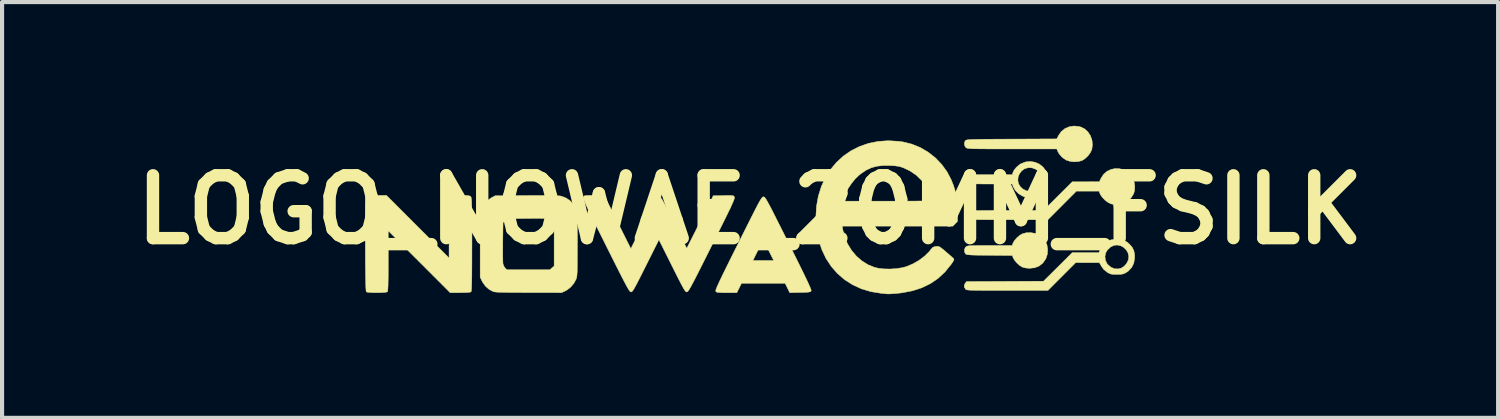
<source format=kicad_pcb>
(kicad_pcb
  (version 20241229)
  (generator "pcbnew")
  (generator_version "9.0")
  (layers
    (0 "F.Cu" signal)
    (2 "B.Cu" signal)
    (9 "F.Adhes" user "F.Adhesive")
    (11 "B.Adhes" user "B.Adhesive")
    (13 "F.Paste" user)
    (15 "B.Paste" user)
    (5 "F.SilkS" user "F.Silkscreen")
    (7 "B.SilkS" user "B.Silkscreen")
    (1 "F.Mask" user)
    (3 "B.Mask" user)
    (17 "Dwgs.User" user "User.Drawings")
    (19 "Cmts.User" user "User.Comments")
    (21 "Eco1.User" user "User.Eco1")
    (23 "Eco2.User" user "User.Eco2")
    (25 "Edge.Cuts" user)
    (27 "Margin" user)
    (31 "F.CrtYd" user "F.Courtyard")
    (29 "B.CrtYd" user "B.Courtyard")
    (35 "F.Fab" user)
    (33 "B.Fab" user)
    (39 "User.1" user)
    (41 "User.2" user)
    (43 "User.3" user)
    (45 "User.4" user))
  (footprint "LOGO_NOWAE_20MM_FSILK"
    (layer "F.Cu")
    (at 15.138 2.035)
    (property "Reference" "LOGO_NOWAE_20MM_FSILK" (at 0 0 0) (layer "F.SilkS") (effects (font (size 1.524 1.524) (thickness 0.3))))
    (attr through_hole)
    (fp_poly (pts (xy 6.915 0.574) (xy 7.015 0.613) (xy 7.089 0.664) (xy 7.156 0.749) (xy 7.199 0.852) (xy 7.217 0.965) (xy 7.209 1.078) (xy 7.174 1.184) (xy 7.168 1.196) (xy 7.097 1.296) (xy 7.007 1.367) (xy 6.9 1.408) (xy 6.775 1.421) (xy 6.681 1.413) (xy 6.603 1.392) (xy 6.597 1.389) (xy 6.536 1.351) (xy 6.472 1.294) (xy 6.417 1.23) (xy 6.381 1.17) (xy 6.377 1.161) (xy 6.36 1.111) (xy 5.807 1.106) (xy 5.653 1.104) (xy 5.529 1.103) (xy 5.433 1.101) (xy 5.36 1.098) (xy 5.307 1.094) (xy 5.27 1.09) (xy 5.247 1.084) (xy 5.232 1.077) (xy 5.225 1.071) (xy 5.2 1.024) (xy 5.198 0.967) (xy 5.219 0.915) (xy 5.235 0.899) (xy 5.248 0.89) (xy 5.266 0.883) (xy 5.292 0.877) (xy 5.33 0.873) (xy 5.384 0.87) (xy 5.458 0.869) (xy 5.555 0.867) (xy 5.68 0.867) (xy 5.815 0.867) (xy 6.356 0.867) (xy 6.376 0.81) (xy 6.412 0.747) (xy 6.468 0.682) (xy 6.536 0.624) (xy 6.597 0.587) (xy 6.695 0.559) (xy 6.804 0.556) (xy 6.915 0.574)) (stroke (width 0.01) (type solid)) (fill yes) (layer "F.SilkS"))
    (fp_poly (pts (xy 7.977 -2.018) (xy 8.013 -2.008) (xy 8.11 -1.962) (xy 8.19 -1.89) (xy 8.251 -1.798) (xy 8.29 -1.693) (xy 8.303 -1.58) (xy 8.288 -1.465) (xy 8.284 -1.453) (xy 8.251 -1.383) (xy 8.196 -1.309) (xy 8.129 -1.244) (xy 8.061 -1.198) (xy 8.054 -1.194) (xy 7.964 -1.168) (xy 7.86 -1.161) (xy 7.756 -1.173) (xy 7.666 -1.203) (xy 7.661 -1.205) (xy 7.567 -1.271) (xy 7.493 -1.357) (xy 7.461 -1.417) (xy 7.437 -1.474) (xy 6.356 -1.474) (xy 6.135 -1.474) (xy 5.946 -1.474) (xy 5.787 -1.474) (xy 5.654 -1.475) (xy 5.546 -1.476) (xy 5.459 -1.477) (xy 5.391 -1.479) (xy 5.34 -1.482) (xy 5.302 -1.485) (xy 5.275 -1.489) (xy 5.256 -1.494) (xy 5.244 -1.5) (xy 5.235 -1.506) (xy 5.204 -1.55) (xy 5.196 -1.607) (xy 5.211 -1.66) (xy 5.225 -1.678) (xy 5.233 -1.684) (xy 5.247 -1.689) (xy 5.267 -1.694) (xy 5.299 -1.698) (xy 5.342 -1.701) (xy 5.402 -1.703) (xy 5.479 -1.705) (xy 5.576 -1.707) (xy 5.697 -1.709) (xy 5.843 -1.71) (xy 6.018 -1.711) (xy 6.223 -1.712) (xy 6.346 -1.712) (xy 7.438 -1.717) (xy 7.481 -1.802) (xy 7.547 -1.896) (xy 7.635 -1.967) (xy 7.739 -2.012) (xy 7.855 -2.03) (xy 7.977 -2.018)) (stroke (width 0.01) (type solid)) (fill yes) (layer "F.SilkS"))
    (fp_poly (pts (xy 8.96 -0.994) (xy 9.062 -0.966) (xy 9.155 -0.913) (xy 9.234 -0.836) (xy 9.28 -0.764) (xy 9.314 -0.67) (xy 9.329 -0.565) (xy 9.323 -0.464) (xy 9.304 -0.393) (xy 9.244 -0.293) (xy 9.161 -0.213) (xy 9.06 -0.157) (xy 8.948 -0.127) (xy 8.829 -0.126) (xy 8.752 -0.142) (xy 8.683 -0.175) (xy 8.611 -0.228) (xy 8.546 -0.294) (xy 8.499 -0.36) (xy 8.489 -0.381) (xy 8.461 -0.451) (xy 7.914 -0.451) (xy 7.568 -0.104) (xy 7.222 0.243) (xy 6.24 0.243) (xy 6.031 0.243) (xy 5.854 0.243) (xy 5.706 0.242) (xy 5.584 0.242) (xy 5.486 0.24) (xy 5.409 0.239) (xy 5.35 0.237) (xy 5.307 0.234) (xy 5.276 0.23) (xy 5.255 0.226) (xy 5.242 0.22) (xy 5.233 0.214) (xy 5.227 0.208) (xy 5.202 0.161) (xy 5.197 0.107) (xy 5.211 0.059) (xy 5.228 0.041) (xy 5.241 0.036) (xy 5.265 0.031) (xy 5.304 0.027) (xy 5.36 0.024) (xy 5.436 0.022) (xy 5.533 0.02) (xy 5.655 0.019) (xy 5.804 0.018) (xy 5.983 0.017) (xy 6.188 0.017) (xy 7.116 0.017) (xy 7.464 -0.329) (xy 7.813 -0.676) (xy 8.47 -0.678) (xy 8.513 -0.768) (xy 8.575 -0.862) (xy 8.657 -0.932) (xy 8.752 -0.977) (xy 8.854 -0.998) (xy 8.96 -0.994)) (stroke (width 0.01) (type solid)) (fill yes) (layer "F.SilkS"))
    (fp_poly (pts (xy 6.909 -1.152) (xy 7.013 -1.107) (xy 7.102 -1.037) (xy 7.171 -0.944) (xy 7.191 -0.903) (xy 7.212 -0.819) (xy 7.217 -0.72) (xy 7.205 -0.622) (xy 7.184 -0.555) (xy 7.12 -0.45) (xy 7.034 -0.372) (xy 6.928 -0.322) (xy 6.802 -0.299) (xy 6.796 -0.299) (xy 6.721 -0.299) (xy 6.662 -0.309) (xy 6.601 -0.333) (xy 6.597 -0.335) (xy 6.505 -0.393) (xy 6.43 -0.47) (xy 6.38 -0.557) (xy 6.378 -0.562) (xy 6.356 -0.624) (xy 5.808 -0.624) (xy 5.648 -0.624) (xy 5.519 -0.625) (xy 5.419 -0.627) (xy 5.343 -0.63) (xy 5.289 -0.634) (xy 5.253 -0.639) (xy 5.232 -0.645) (xy 5.228 -0.648) (xy 5.202 -0.685) (xy 5.2 -0.706) (xy 6.493 -0.706) (xy 6.514 -0.623) (xy 6.558 -0.552) (xy 6.622 -0.496) (xy 6.7 -0.459) (xy 6.786 -0.446) (xy 6.876 -0.46) (xy 6.918 -0.477) (xy 6.984 -0.527) (xy 7.036 -0.599) (xy 7.068 -0.681) (xy 7.074 -0.731) (xy 7.058 -0.815) (xy 7.016 -0.896) (xy 6.954 -0.962) (xy 6.928 -0.98) (xy 6.837 -1.015) (xy 6.746 -1.019) (xy 6.66 -0.994) (xy 6.586 -0.942) (xy 6.529 -0.866) (xy 6.501 -0.797) (xy 6.493 -0.706) (xy 5.2 -0.706) (xy 5.197 -0.738) (xy 5.211 -0.79) (xy 5.227 -0.815) (xy 5.237 -0.824) (xy 5.251 -0.832) (xy 5.271 -0.838) (xy 5.302 -0.842) (xy 5.347 -0.846) (xy 5.411 -0.848) (xy 5.496 -0.849) (xy 5.608 -0.849) (xy 5.749 -0.85) (xy 5.809 -0.85) (xy 6.359 -0.85) (xy 6.369 -0.89) (xy 6.4 -0.957) (xy 6.455 -1.026) (xy 6.525 -1.087) (xy 6.572 -1.117) (xy 6.683 -1.159) (xy 6.797 -1.17) (xy 6.909 -1.152)) (stroke (width 0.01) (type solid)) (fill yes) (layer "F.SilkS"))
    (fp_poly (pts (xy 8.985 0.719) (xy 9.073 0.745) (xy 9.151 0.793) (xy 9.191 0.827) (xy 9.263 0.907) (xy 9.306 0.992) (xy 9.325 1.091) (xy 9.325 1.176) (xy 9.304 1.298) (xy 9.254 1.4) (xy 9.176 1.484) (xy 9.129 1.517) (xy 9.084 1.543) (xy 9.044 1.558) (xy 8.998 1.566) (xy 8.935 1.569) (xy 8.894 1.569) (xy 8.818 1.568) (xy 8.765 1.563) (xy 8.724 1.551) (xy 8.682 1.53) (xy 8.659 1.517) (xy 8.572 1.444) (xy 8.522 1.374) (xy 8.47 1.284) (xy 8.183 1.284) (xy 7.897 1.283) (xy 7.559 1.621) (xy 7.222 1.959) (xy 6.239 1.959) (xy 6.026 1.959) (xy 5.846 1.959) (xy 5.695 1.958) (xy 5.571 1.957) (xy 5.471 1.956) (xy 5.392 1.954) (xy 5.333 1.951) (xy 5.289 1.948) (xy 5.26 1.944) (xy 5.241 1.939) (xy 5.231 1.934) (xy 5.23 1.933) (xy 5.195 1.88) (xy 5.195 1.826) (xy 5.214 1.788) (xy 5.248 1.742) (xy 6.182 1.738) (xy 7.116 1.733) (xy 7.465 1.387) (xy 7.72 1.133) (xy 8.606 1.133) (xy 8.615 1.22) (xy 8.653 1.303) (xy 8.674 1.33) (xy 8.753 1.397) (xy 8.841 1.433) (xy 8.934 1.435) (xy 9.004 1.415) (xy 9.073 1.37) (xy 9.132 1.301) (xy 9.172 1.219) (xy 9.174 1.213) (xy 9.183 1.127) (xy 9.163 1.045) (xy 9.119 0.971) (xy 9.057 0.912) (xy 8.981 0.871) (xy 8.897 0.856) (xy 8.822 0.866) (xy 8.734 0.908) (xy 8.668 0.97) (xy 8.624 1.048) (xy 8.606 1.133) (xy 7.72 1.133) (xy 7.813 1.04) (xy 8.459 1.04) (xy 8.492 0.966) (xy 8.555 0.865) (xy 8.64 0.786) (xy 8.743 0.734) (xy 8.858 0.712) (xy 8.877 0.711) (xy 8.985 0.719)) (stroke (width 0.01) (type solid)) (fill yes) (layer "F.SilkS"))
    (fp_poly (pts (xy 0.335 -0.311) (xy 0.345 -0.307) (xy 0.357 -0.297) (xy 0.371 -0.279) (xy 0.389 -0.252) (xy 0.413 -0.212) (xy 0.442 -0.159) (xy 0.479 -0.09) (xy 0.525 -0.003) (xy 0.58 0.105) (xy 0.645 0.235) (xy 0.723 0.389) (xy 0.814 0.57) (xy 0.918 0.779) (xy 0.936 0.815) (xy 1.046 1.035) (xy 1.141 1.225) (xy 1.222 1.389) (xy 1.29 1.528) (xy 1.346 1.644) (xy 1.391 1.738) (xy 1.426 1.814) (xy 1.451 1.872) (xy 1.469 1.915) (xy 1.479 1.945) (xy 1.482 1.964) (xy 1.48 1.972) (xy 1.469 1.984) (xy 1.447 1.993) (xy 1.411 1.999) (xy 1.355 2.003) (xy 1.272 2.006) (xy 1.211 2.007) (xy 0.961 2.012) (xy 0.906 1.899) (xy 0.85 1.786) (xy -0.208 1.786) (xy -0.264 1.898) (xy -0.32 2.011) (xy -0.567 2.011) (xy -0.664 2.011) (xy -0.733 2.009) (xy -0.779 2.006) (xy -0.806 2) (xy -0.822 1.99) (xy -0.832 1.977) (xy -0.833 1.966) (xy -0.83 1.947) (xy -0.82 1.917) (xy -0.803 1.875) (xy -0.778 1.818) (xy -0.744 1.744) (xy -0.7 1.652) (xy -0.646 1.539) (xy -0.579 1.404) (xy -0.5 1.244) (xy -0.494 1.231) (xy 0.07 1.231) (xy 0.572 1.231) (xy 0.449 0.984) (xy 0.407 0.9) (xy 0.371 0.828) (xy 0.343 0.773) (xy 0.326 0.74) (xy 0.322 0.733) (xy 0.314 0.747) (xy 0.293 0.786) (xy 0.262 0.847) (xy 0.223 0.923) (xy 0.194 0.98) (xy 0.07 1.231) (xy -0.494 1.231) (xy -0.407 1.057) (xy -0.299 0.842) (xy -0.286 0.815) (xy -0.179 0.601) (xy -0.086 0.416) (xy -0.007 0.258) (xy 0.061 0.124) (xy 0.117 0.013) (xy 0.164 -0.077) (xy 0.202 -0.149) (xy 0.233 -0.205) (xy 0.258 -0.246) (xy 0.277 -0.275) (xy 0.292 -0.294) (xy 0.304 -0.305) (xy 0.314 -0.311) (xy 0.324 -0.312) (xy 0.325 -0.312) (xy 0.335 -0.311)) (stroke (width 0.01) (type solid)) (fill yes) (layer "F.SilkS"))
    (fp_poly (pts (xy -8.058 0.412) (xy -7.299 1.17) (xy -7.299 0.44) (xy -7.299 0.262) (xy -7.299 0.114) (xy -7.298 -0.004) (xy -7.297 -0.098) (xy -7.295 -0.17) (xy -7.293 -0.224) (xy -7.289 -0.261) (xy -7.284 -0.287) (xy -7.279 -0.303) (xy -7.272 -0.314) (xy -7.268 -0.318) (xy -7.248 -0.331) (xy -7.217 -0.339) (xy -7.168 -0.344) (xy -7.096 -0.346) (xy -7.019 -0.347) (xy -6.926 -0.346) (xy -6.862 -0.344) (xy -6.82 -0.339) (xy -6.793 -0.331) (xy -6.776 -0.318) (xy -6.773 -0.315) (xy -6.767 -0.306) (xy -6.762 -0.292) (xy -6.758 -0.27) (xy -6.755 -0.238) (xy -6.752 -0.192) (xy -6.75 -0.131) (xy -6.748 -0.052) (xy -6.747 0.048) (xy -6.746 0.17) (xy -6.745 0.318) (xy -6.745 0.495) (xy -6.744 0.702) (xy -6.744 0.843) (xy -6.745 1.083) (xy -6.745 1.29) (xy -6.746 1.466) (xy -6.747 1.612) (xy -6.749 1.732) (xy -6.751 1.827) (xy -6.754 1.898) (xy -6.757 1.948) (xy -6.761 1.978) (xy -6.765 1.99) (xy -6.791 2) (xy -6.848 2.007) (xy -6.937 2.01) (xy -7.03 2.011) (xy -7.273 2.011) (xy -8.023 1.261) (xy -8.773 0.512) (xy -8.773 1.241) (xy -8.773 1.432) (xy -8.774 1.591) (xy -8.776 1.721) (xy -8.778 1.822) (xy -8.781 1.897) (xy -8.785 1.949) (xy -8.789 1.98) (xy -8.794 1.99) (xy -8.82 1.999) (xy -8.872 2.006) (xy -8.944 2.01) (xy -9.025 2.012) (xy -9.109 2.012) (xy -9.187 2.009) (xy -9.252 2.004) (xy -9.295 1.996) (xy -9.307 1.99) (xy -9.311 1.969) (xy -9.315 1.917) (xy -9.319 1.836) (xy -9.322 1.732) (xy -9.324 1.608) (xy -9.326 1.466) (xy -9.328 1.311) (xy -9.329 1.146) (xy -9.329 0.974) (xy -9.33 0.8) (xy -9.329 0.626) (xy -9.328 0.456) (xy -9.327 0.295) (xy -9.325 0.144) (xy -9.323 0.008) (xy -9.321 -0.109) (xy -9.317 -0.205) (xy -9.314 -0.275) (xy -9.31 -0.316) (xy -9.307 -0.326) (xy -9.28 -0.336) (xy -9.222 -0.343) (xy -9.131 -0.346) (xy -9.051 -0.347) (xy -8.816 -0.347) (xy -8.058 0.412)) (stroke (width 0.01) (type solid)) (fill yes) (layer "F.SilkS"))
    (fp_poly (pts (xy -4.871 -0.344) (xy -4.75 -0.341) (xy -4.661 -0.338) (xy -4.603 -0.333) (xy -4.583 -0.33) (xy -4.469 -0.288) (xy -4.366 -0.219) (xy -4.288 -0.135) (xy -4.265 -0.102) (xy -4.246 -0.071) (xy -4.23 -0.04) (xy -4.217 -0.004) (xy -4.207 0.04) (xy -4.2 0.095) (xy -4.194 0.164) (xy -4.191 0.251) (xy -4.189 0.359) (xy -4.188 0.492) (xy -4.187 0.653) (xy -4.187 0.841) (xy -4.187 1.025) (xy -4.188 1.177) (xy -4.188 1.302) (xy -4.19 1.402) (xy -4.191 1.481) (xy -4.194 1.542) (xy -4.198 1.589) (xy -4.202 1.625) (xy -4.208 1.653) (xy -4.215 1.676) (xy -4.22 1.689) (xy -4.273 1.787) (xy -4.351 1.878) (xy -4.442 1.949) (xy -4.482 1.97) (xy -4.569 2.011) (xy -5.366 2.01) (xy -5.562 2.009) (xy -5.725 2.009) (xy -5.86 2.007) (xy -5.969 2.005) (xy -6.055 2.003) (xy -6.121 2) (xy -6.17 1.996) (xy -6.205 1.991) (xy -6.229 1.985) (xy -6.231 1.984) (xy -6.33 1.931) (xy -6.419 1.852) (xy -6.487 1.755) (xy -6.496 1.738) (xy -6.545 1.638) (xy -6.545 1.031) (xy -5.997 1.031) (xy -5.996 1.136) (xy -5.995 1.222) (xy -5.993 1.284) (xy -5.99 1.315) (xy -5.97 1.37) (xy -5.938 1.415) (xy -5.896 1.456) (xy -4.857 1.456) (xy -4.804 1.411) (xy -4.751 1.367) (xy -4.751 0.843) (xy -4.751 0.687) (xy -4.751 0.562) (xy -4.754 0.464) (xy -4.757 0.389) (xy -4.764 0.334) (xy -4.773 0.295) (xy -4.786 0.269) (xy -4.804 0.251) (xy -4.826 0.238) (xy -4.851 0.227) (xy -4.88 0.22) (xy -4.933 0.215) (xy -5.013 0.212) (xy -5.12 0.211) (xy -5.259 0.211) (xy -5.397 0.212) (xy -5.894 0.217) (xy -5.99 0.313) (xy -5.996 0.785) (xy -5.997 0.913) (xy -5.997 1.031) (xy -6.545 1.031) (xy -6.545 0.85) (xy -6.545 0.662) (xy -6.545 0.506) (xy -6.544 0.378) (xy -6.543 0.275) (xy -6.541 0.194) (xy -6.538 0.13) (xy -6.535 0.082) (xy -6.531 0.045) (xy -6.525 0.016) (xy -6.518 -0.008) (xy -6.512 -0.024) (xy -6.453 -0.132) (xy -6.367 -0.225) (xy -6.269 -0.292) (xy -6.181 -0.338) (xy -5.427 -0.344) (xy -5.208 -0.345) (xy -5.023 -0.345) (xy -4.871 -0.344)) (stroke (width 0.01) (type solid)) (fill yes) (layer "F.SilkS"))
    (fp_poly (pts (xy -3.214 0.299) (xy -2.891 0.945) (xy -2.577 0.316) (xy -2.499 0.16) (xy -2.435 0.033) (xy -2.383 -0.07) (xy -2.341 -0.15) (xy -2.309 -0.21) (xy -2.283 -0.253) (xy -2.264 -0.282) (xy -2.248 -0.299) (xy -2.234 -0.308) (xy -2.222 -0.312) (xy -2.21 -0.312) (xy -2.197 -0.311) (xy -2.184 -0.307) (xy -2.171 -0.297) (xy -2.154 -0.278) (xy -2.134 -0.247) (xy -2.108 -0.201) (xy -2.074 -0.138) (xy -2.03 -0.054) (xy -1.976 0.053) (xy -1.91 0.185) (xy -1.846 0.312) (xy -1.535 0.936) (xy -1.214 0.299) (xy -0.893 -0.338) (xy -0.646 -0.343) (xy -0.549 -0.345) (xy -0.481 -0.345) (xy -0.436 -0.343) (xy -0.408 -0.338) (xy -0.393 -0.329) (xy -0.384 -0.315) (xy -0.38 -0.307) (xy -0.378 -0.296) (xy -0.379 -0.28) (xy -0.386 -0.256) (xy -0.398 -0.222) (xy -0.417 -0.176) (xy -0.444 -0.116) (xy -0.479 -0.04) (xy -0.525 0.055) (xy -0.581 0.17) (xy -0.649 0.308) (xy -0.73 0.47) (xy -0.824 0.66) (xy -0.926 0.864) (xy -1.034 1.079) (xy -1.127 1.265) (xy -1.207 1.424) (xy -1.275 1.559) (xy -1.332 1.67) (xy -1.38 1.761) (xy -1.418 1.833) (xy -1.449 1.889) (xy -1.474 1.931) (xy -1.493 1.96) (xy -1.508 1.978) (xy -1.519 1.989) (xy -1.529 1.993) (xy -1.534 1.994) (xy -1.546 1.992) (xy -1.559 1.984) (xy -1.575 1.967) (xy -1.594 1.939) (xy -1.62 1.896) (xy -1.652 1.837) (xy -1.694 1.757) (xy -1.746 1.655) (xy -1.81 1.528) (xy -1.888 1.373) (xy -1.894 1.361) (xy -2.21 0.728) (xy -2.527 1.361) (xy -2.606 1.518) (xy -2.671 1.648) (xy -2.724 1.751) (xy -2.766 1.832) (xy -2.8 1.893) (xy -2.826 1.936) (xy -2.846 1.966) (xy -2.861 1.983) (xy -2.874 1.992) (xy -2.886 1.994) (xy -2.887 1.994) (xy -2.896 1.992) (xy -2.906 1.985) (xy -2.919 1.972) (xy -2.936 1.949) (xy -2.957 1.915) (xy -2.984 1.868) (xy -3.018 1.805) (xy -3.06 1.725) (xy -3.112 1.626) (xy -3.173 1.505) (xy -3.246 1.361) (xy -3.332 1.19) (xy -3.431 0.992) (xy -3.495 0.864) (xy -3.603 0.647) (xy -3.697 0.459) (xy -3.777 0.298) (xy -3.844 0.162) (xy -3.9 0.048) (xy -3.945 -0.046) (xy -3.98 -0.121) (xy -4.006 -0.181) (xy -4.025 -0.226) (xy -4.036 -0.259) (xy -4.042 -0.282) (xy -4.044 -0.298) (xy -4.042 -0.306) (xy -4.033 -0.322) (xy -4.021 -0.333) (xy -3.998 -0.341) (xy -3.961 -0.345) (xy -3.902 -0.346) (xy -3.816 -0.347) (xy -3.78 -0.347) (xy -3.537 -0.347) (xy -3.214 0.299)) (stroke (width 0.01) (type solid)) (fill yes) (layer "F.SilkS"))
    (fp_poly (pts (xy 3.61 -1.658) (xy 3.702 -1.645) (xy 3.919 -1.592) (xy 4.125 -1.509) (xy 4.318 -1.396) (xy 4.494 -1.258) (xy 4.648 -1.097) (xy 4.779 -0.916) (xy 4.882 -0.718) (xy 4.886 -0.707) (xy 4.933 -0.586) (xy 4.968 -0.476) (xy 4.993 -0.365) (xy 5.009 -0.246) (xy 5.02 -0.108) (xy 5.023 -0.012) (xy 5.032 0.28) (xy 4.975 0.339) (xy 4.917 0.399) (xy 2.234 0.399) (xy 2.246 0.472) (xy 2.291 0.655) (xy 2.364 0.827) (xy 2.46 0.984) (xy 2.577 1.124) (xy 2.712 1.241) (xy 2.86 1.334) (xy 3.02 1.398) (xy 3.122 1.422) (xy 3.257 1.436) (xy 3.404 1.438) (xy 3.553 1.428) (xy 3.69 1.406) (xy 3.788 1.38) (xy 3.947 1.314) (xy 4.098 1.227) (xy 4.234 1.124) (xy 4.347 1.012) (xy 4.398 0.947) (xy 4.431 0.913) (xy 4.476 0.895) (xy 4.509 0.89) (xy 4.542 0.888) (xy 4.57 0.891) (xy 4.599 0.903) (xy 4.635 0.927) (xy 4.685 0.967) (xy 4.751 1.023) (xy 4.816 1.079) (xy 4.872 1.128) (xy 4.915 1.165) (xy 4.937 1.185) (xy 4.937 1.185) (xy 4.945 1.201) (xy 4.938 1.227) (xy 4.915 1.268) (xy 4.874 1.327) (xy 4.726 1.51) (xy 4.559 1.665) (xy 4.373 1.792) (xy 4.165 1.893) (xy 3.936 1.967) (xy 3.685 2.015) (xy 3.564 2.029) (xy 3.484 2.035) (xy 3.415 2.04) (xy 3.366 2.043) (xy 3.346 2.043) (xy 3.318 2.041) (xy 3.264 2.036) (xy 3.197 2.029) (xy 3.177 2.027) (xy 2.929 1.987) (xy 2.699 1.918) (xy 2.486 1.82) (xy 2.293 1.697) (xy 2.12 1.548) (xy 1.969 1.376) (xy 1.842 1.183) (xy 1.74 0.969) (xy 1.664 0.737) (xy 1.615 0.489) (xy 1.595 0.225) (xy 1.595 0.181) (xy 1.611 -0.083) (xy 1.633 -0.208) (xy 2.25 -0.208) (xy 3.318 -0.208) (xy 3.541 -0.208) (xy 3.732 -0.208) (xy 3.892 -0.209) (xy 4.026 -0.21) (xy 4.133 -0.211) (xy 4.219 -0.213) (xy 4.283 -0.215) (xy 4.33 -0.218) (xy 4.361 -0.222) (xy 4.379 -0.226) (xy 4.386 -0.231) (xy 4.386 -0.232) (xy 4.38 -0.275) (xy 4.361 -0.338) (xy 4.335 -0.411) (xy 4.306 -0.485) (xy 4.276 -0.548) (xy 4.267 -0.564) (xy 4.164 -0.708) (xy 4.033 -0.835) (xy 3.879 -0.94) (xy 3.719 -1.016) (xy 3.655 -1.038) (xy 3.592 -1.053) (xy 3.521 -1.063) (xy 3.429 -1.069) (xy 3.393 -1.071) (xy 3.22 -1.071) (xy 3.071 -1.054) (xy 2.938 -1.017) (xy 2.814 -0.958) (xy 2.692 -0.876) (xy 2.647 -0.84) (xy 2.552 -0.75) (xy 2.462 -0.64) (xy 2.38 -0.519) (xy 2.314 -0.397) (xy 2.269 -0.283) (xy 2.262 -0.256) (xy 2.25 -0.208) (xy 1.633 -0.208) (xy 1.656 -0.333) (xy 1.729 -0.566) (xy 1.828 -0.781) (xy 1.952 -0.977) (xy 2.098 -1.151) (xy 2.266 -1.304) (xy 2.452 -1.432) (xy 2.656 -1.534) (xy 2.875 -1.61) (xy 3.109 -1.657) (xy 3.354 -1.673) (xy 3.61 -1.658)) (stroke (width 0.01) (type solid)) (fill yes) (layer "F.SilkS")))
  (gr_rect
    (start -3 -3)
    (end 33.277 7.083)
    (stroke (width 0.1) (type default))
    (fill no)
    (layer "Edge.Cuts")))
</source>
